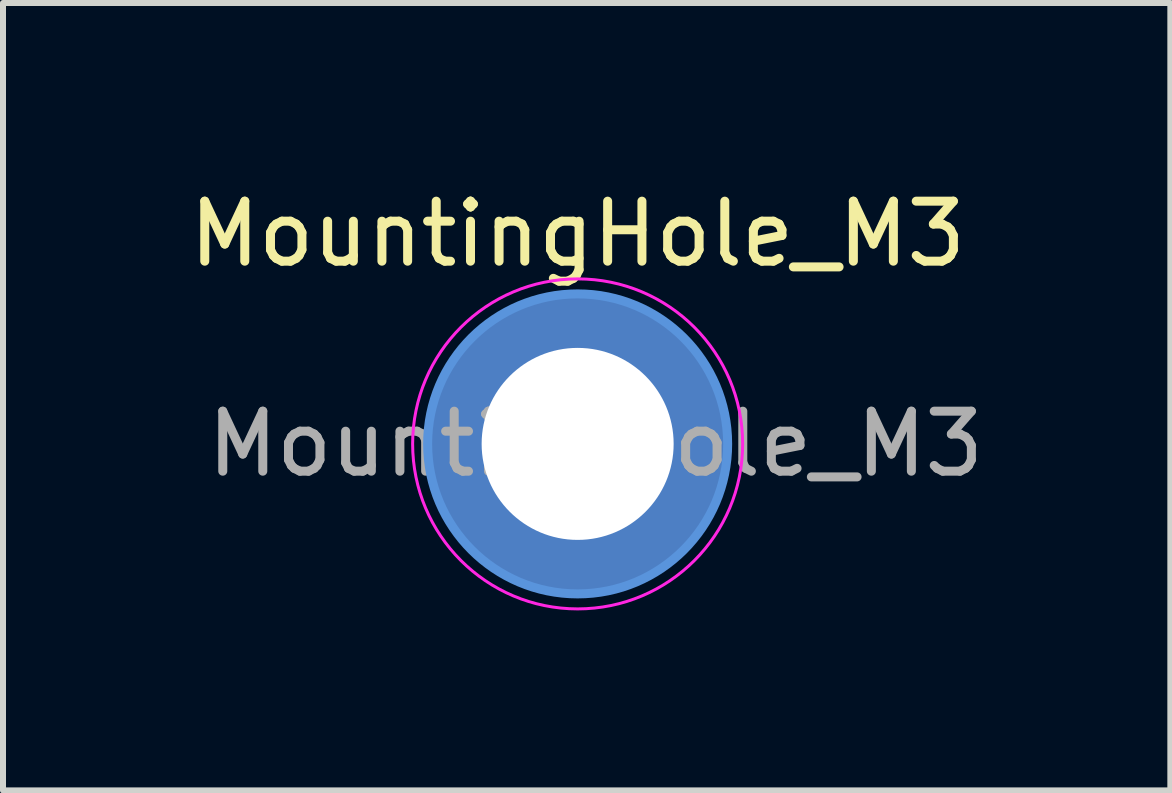
<source format=kicad_pcb>
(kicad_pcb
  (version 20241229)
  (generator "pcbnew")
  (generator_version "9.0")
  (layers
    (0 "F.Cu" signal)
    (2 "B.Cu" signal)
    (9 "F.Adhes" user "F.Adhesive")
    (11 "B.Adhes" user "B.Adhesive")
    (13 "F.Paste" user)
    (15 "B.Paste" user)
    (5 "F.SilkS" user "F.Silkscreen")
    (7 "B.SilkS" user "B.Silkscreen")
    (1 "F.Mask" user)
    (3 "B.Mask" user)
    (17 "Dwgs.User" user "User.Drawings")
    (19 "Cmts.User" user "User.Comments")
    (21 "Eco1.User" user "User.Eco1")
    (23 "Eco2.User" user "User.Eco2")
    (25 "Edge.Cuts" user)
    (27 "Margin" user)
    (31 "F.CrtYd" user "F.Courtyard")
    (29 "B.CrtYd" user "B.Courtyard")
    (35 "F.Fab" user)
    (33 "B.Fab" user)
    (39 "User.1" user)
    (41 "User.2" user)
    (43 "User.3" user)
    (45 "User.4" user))
  (footprint "MountingHole_M3"
    (layer "F.Cu")
    (at 6.577 4.348)
    (property "Reference" "MountingHole_M3" (at 0 -3.5 0) (layer "F.SilkS") (effects (font (size 1 1) (thickness 0.15))))
    (attr exclude_from_pos_files exclude_from_bom)
    (fp_circle (center 0 0) (end 2.5 0) (stroke (width 0.15) (type solid)) (fill no) (layer "Cmts.User"))
    (fp_circle (center 0 0) (end 2.75 0) (stroke (width 0.05) (type solid)) (fill no) (layer "F.CrtYd"))
    (fp_text user "${REFERENCE}" (at 0.3 0 0) (layer "F.Fab") (effects (font (size 1 1) (thickness 0.15))))
    (pad "1" thru_hole circle (at 0 0) (size 5 5) (drill 3.2) (layers "*.Cu" "*.Mask")))
  (gr_rect
    (start -3 -3)
    (end 16.455 10.123)
    (stroke (width 0.1) (type default))
    (fill no)
    (layer "Edge.Cuts")))
</source>
